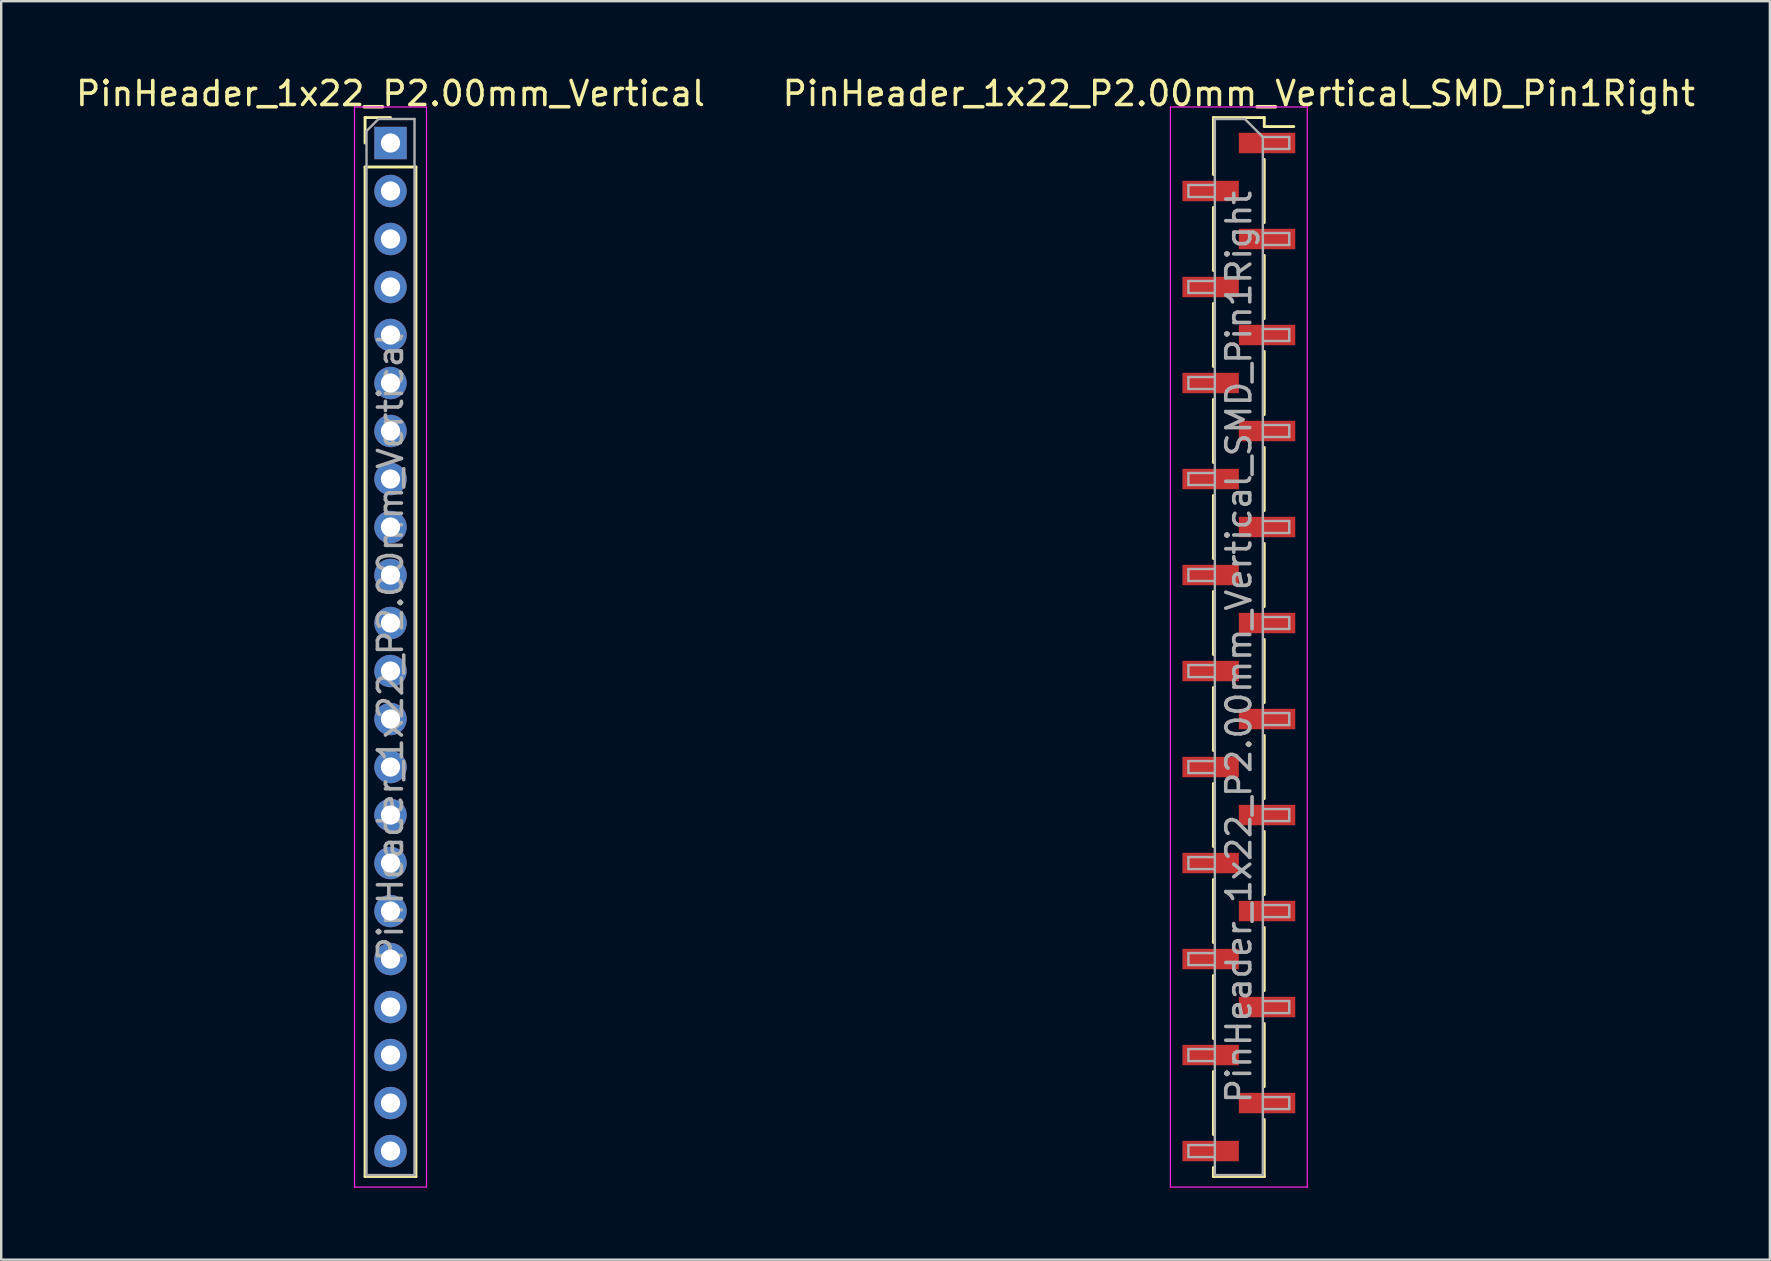
<source format=kicad_pcb>
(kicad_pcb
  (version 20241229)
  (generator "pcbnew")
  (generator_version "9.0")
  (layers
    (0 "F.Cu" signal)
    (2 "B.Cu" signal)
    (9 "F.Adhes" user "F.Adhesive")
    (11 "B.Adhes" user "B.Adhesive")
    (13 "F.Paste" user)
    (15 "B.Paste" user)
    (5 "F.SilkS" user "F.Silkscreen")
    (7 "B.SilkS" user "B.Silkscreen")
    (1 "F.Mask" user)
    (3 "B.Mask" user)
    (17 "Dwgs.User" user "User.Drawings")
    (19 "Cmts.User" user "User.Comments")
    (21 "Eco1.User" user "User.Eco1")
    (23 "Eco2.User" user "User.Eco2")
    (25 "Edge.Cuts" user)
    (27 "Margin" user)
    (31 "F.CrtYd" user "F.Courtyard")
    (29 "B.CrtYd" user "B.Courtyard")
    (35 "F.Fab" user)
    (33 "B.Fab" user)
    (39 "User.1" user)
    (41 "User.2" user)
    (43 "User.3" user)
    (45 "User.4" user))
  (footprint "PinHeader_1x22_P2.00mm_Vertical"
    (layer "F.Cu")
    (at 13.22 2.908)
    (property "Reference" "PinHeader_1x22_P2.00mm_Vertical" (at 0 -2.06 0) (layer "F.SilkS") (effects (font (size 1 1) (thickness 0.15))))
    (attr through_hole)
    (fp_line (start -1.06 -1.06) (end 0 -1.06) (stroke (width 0.12) (type solid)) (layer "F.SilkS"))
    (fp_line (start -1.06 0) (end -1.06 -1.06) (stroke (width 0.12) (type solid)) (layer "F.SilkS"))
    (fp_line (start -1.06 1) (end -1.06 43.06) (stroke (width 0.12) (type solid)) (layer "F.SilkS"))
    (fp_line (start -1.06 1) (end 1.06 1) (stroke (width 0.12) (type solid)) (layer "F.SilkS"))
    (fp_line (start -1.06 43.06) (end 1.06 43.06) (stroke (width 0.12) (type solid)) (layer "F.SilkS"))
    (fp_line (start 1.06 1) (end 1.06 43.06) (stroke (width 0.12) (type solid)) (layer "F.SilkS"))
    (fp_line (start -1.5 -1.5) (end -1.5 43.5) (stroke (width 0.05) (type solid)) (layer "F.CrtYd"))
    (fp_line (start -1.5 43.5) (end 1.5 43.5) (stroke (width 0.05) (type solid)) (layer "F.CrtYd"))
    (fp_line (start 1.5 -1.5) (end -1.5 -1.5) (stroke (width 0.05) (type solid)) (layer "F.CrtYd"))
    (fp_line (start 1.5 43.5) (end 1.5 -1.5) (stroke (width 0.05) (type solid)) (layer "F.CrtYd"))
    (fp_line (start -1 -0.5) (end -0.5 -1) (stroke (width 0.1) (type solid)) (layer "F.Fab"))
    (fp_line (start -1 43) (end -1 -0.5) (stroke (width 0.1) (type solid)) (layer "F.Fab"))
    (fp_line (start -0.5 -1) (end 1 -1) (stroke (width 0.1) (type solid)) (layer "F.Fab"))
    (fp_line (start 1 -1) (end 1 43) (stroke (width 0.1) (type solid)) (layer "F.Fab"))
    (fp_line (start 1 43) (end -1 43) (stroke (width 0.1) (type solid)) (layer "F.Fab"))
    (fp_text user "${REFERENCE}" (at 0 21 90) (layer "F.Fab") (effects (font (size 1 1) (thickness 0.15))))
    (pad "1" thru_hole rect (at 0 0) (size 1.35 1.35) (drill 0.8) (layers "*.Cu" "*.Mask"))
    (pad "2" thru_hole oval (at 0 2) (size 1.35 1.35) (drill 0.8) (layers "*.Cu" "*.Mask"))
    (pad "3" thru_hole oval (at 0 4) (size 1.35 1.35) (drill 0.8) (layers "*.Cu" "*.Mask"))
    (pad "4" thru_hole oval (at 0 6) (size 1.35 1.35) (drill 0.8) (layers "*.Cu" "*.Mask"))
    (pad "5" thru_hole oval (at 0 8) (size 1.35 1.35) (drill 0.8) (layers "*.Cu" "*.Mask"))
    (pad "6" thru_hole oval (at 0 10) (size 1.35 1.35) (drill 0.8) (layers "*.Cu" "*.Mask"))
    (pad "7" thru_hole oval (at 0 12) (size 1.35 1.35) (drill 0.8) (layers "*.Cu" "*.Mask"))
    (pad "8" thru_hole oval (at 0 14) (size 1.35 1.35) (drill 0.8) (layers "*.Cu" "*.Mask"))
    (pad "9" thru_hole oval (at 0 16) (size 1.35 1.35) (drill 0.8) (layers "*.Cu" "*.Mask"))
    (pad "10" thru_hole oval (at 0 18) (size 1.35 1.35) (drill 0.8) (layers "*.Cu" "*.Mask"))
    (pad "11" thru_hole oval (at 0 20) (size 1.35 1.35) (drill 0.8) (layers "*.Cu" "*.Mask"))
    (pad "12" thru_hole oval (at 0 22) (size 1.35 1.35) (drill 0.8) (layers "*.Cu" "*.Mask"))
    (pad "13" thru_hole oval (at 0 24) (size 1.35 1.35) (drill 0.8) (layers "*.Cu" "*.Mask"))
    (pad "14" thru_hole oval (at 0 26) (size 1.35 1.35) (drill 0.8) (layers "*.Cu" "*.Mask"))
    (pad "15" thru_hole oval (at 0 28) (size 1.35 1.35) (drill 0.8) (layers "*.Cu" "*.Mask"))
    (pad "16" thru_hole oval (at 0 30) (size 1.35 1.35) (drill 0.8) (layers "*.Cu" "*.Mask"))
    (pad "17" thru_hole oval (at 0 32) (size 1.35 1.35) (drill 0.8) (layers "*.Cu" "*.Mask"))
    (pad "18" thru_hole oval (at 0 34) (size 1.35 1.35) (drill 0.8) (layers "*.Cu" "*.Mask"))
    (pad "19" thru_hole oval (at 0 36) (size 1.35 1.35) (drill 0.8) (layers "*.Cu" "*.Mask"))
    (pad "20" thru_hole oval (at 0 38) (size 1.35 1.35) (drill 0.8) (layers "*.Cu" "*.Mask"))
    (pad "21" thru_hole oval (at 0 40) (size 1.35 1.35) (drill 0.8) (layers "*.Cu" "*.Mask"))
    (pad "22" thru_hole oval (at 0 42) (size 1.35 1.35) (drill 0.8) (layers "*.Cu" "*.Mask")))
  (footprint "PinHeader_1x22_P2.00mm_Vertical_SMD_Pin1Right"
    (layer "F.Cu")
    (at 48.565 23.908)
    (property "Reference" "PinHeader_1x22_P2.00mm_Vertical_SMD_Pin1Right" (at 0 -23.06 0) (layer "F.SilkS") (effects (font (size 1 1) (thickness 0.15))))
    (attr smd)
    (fp_line (start -1.06 -22.06) (end -1.06 -19.685) (stroke (width 0.12) (type solid)) (layer "F.SilkS"))
    (fp_line (start -1.06 -22.06) (end 1.06 -22.06) (stroke (width 0.12) (type solid)) (layer "F.SilkS"))
    (fp_line (start -1.06 -18.315) (end -1.06 -15.685) (stroke (width 0.12) (type solid)) (layer "F.SilkS"))
    (fp_line (start -1.06 -14.315) (end -1.06 -11.685) (stroke (width 0.12) (type solid)) (layer "F.SilkS"))
    (fp_line (start -1.06 -10.315) (end -1.06 -7.685) (stroke (width 0.12) (type solid)) (layer "F.SilkS"))
    (fp_line (start -1.06 -6.315) (end -1.06 -3.685) (stroke (width 0.12) (type solid)) (layer "F.SilkS"))
    (fp_line (start -1.06 -2.315) (end -1.06 0.315) (stroke (width 0.12) (type solid)) (layer "F.SilkS"))
    (fp_line (start -1.06 1.685) (end -1.06 4.315) (stroke (width 0.12) (type solid)) (layer "F.SilkS"))
    (fp_line (start -1.06 5.685) (end -1.06 8.315) (stroke (width 0.12) (type solid)) (layer "F.SilkS"))
    (fp_line (start -1.06 9.685) (end -1.06 12.315) (stroke (width 0.12) (type solid)) (layer "F.SilkS"))
    (fp_line (start -1.06 13.685) (end -1.06 16.315) (stroke (width 0.12) (type solid)) (layer "F.SilkS"))
    (fp_line (start -1.06 17.685) (end -1.06 20.315) (stroke (width 0.12) (type solid)) (layer "F.SilkS"))
    (fp_line (start -1.06 21.685) (end -1.06 22.06) (stroke (width 0.12) (type solid)) (layer "F.SilkS"))
    (fp_line (start -1.06 22.06) (end 1.06 22.06) (stroke (width 0.12) (type solid)) (layer "F.SilkS"))
    (fp_line (start 1.06 -22.06) (end 1.06 -21.685) (stroke (width 0.12) (type solid)) (layer "F.SilkS"))
    (fp_line (start 1.06 -21.685) (end 2.29 -21.685) (stroke (width 0.12) (type solid)) (layer "F.SilkS"))
    (fp_line (start 1.06 -20.315) (end 1.06 -17.685) (stroke (width 0.12) (type solid)) (layer "F.SilkS"))
    (fp_line (start 1.06 -16.315) (end 1.06 -13.685) (stroke (width 0.12) (type solid)) (layer "F.SilkS"))
    (fp_line (start 1.06 -12.315) (end 1.06 -9.685) (stroke (width 0.12) (type solid)) (layer "F.SilkS"))
    (fp_line (start 1.06 -8.315) (end 1.06 -5.685) (stroke (width 0.12) (type solid)) (layer "F.SilkS"))
    (fp_line (start 1.06 -4.315) (end 1.06 -1.685) (stroke (width 0.12) (type solid)) (layer "F.SilkS"))
    (fp_line (start 1.06 -0.315) (end 1.06 2.315) (stroke (width 0.12) (type solid)) (layer "F.SilkS"))
    (fp_line (start 1.06 3.685) (end 1.06 6.315) (stroke (width 0.12) (type solid)) (layer "F.SilkS"))
    (fp_line (start 1.06 7.685) (end 1.06 10.315) (stroke (width 0.12) (type solid)) (layer "F.SilkS"))
    (fp_line (start 1.06 11.685) (end 1.06 14.315) (stroke (width 0.12) (type solid)) (layer "F.SilkS"))
    (fp_line (start 1.06 15.685) (end 1.06 18.315) (stroke (width 0.12) (type solid)) (layer "F.SilkS"))
    (fp_line (start 1.06 19.685) (end 1.06 22.06) (stroke (width 0.12) (type solid)) (layer "F.SilkS"))
    (fp_line (start -2.85 -22.5) (end -2.85 22.5) (stroke (width 0.05) (type solid)) (layer "F.CrtYd"))
    (fp_line (start -2.85 22.5) (end 2.85 22.5) (stroke (width 0.05) (type solid)) (layer "F.CrtYd"))
    (fp_line (start 2.85 -22.5) (end -2.85 -22.5) (stroke (width 0.05) (type solid)) (layer "F.CrtYd"))
    (fp_line (start 2.85 22.5) (end 2.85 -22.5) (stroke (width 0.05) (type solid)) (layer "F.CrtYd"))
    (fp_line (start -2.1 -19.25) (end -2.1 -18.75) (stroke (width 0.1) (type solid)) (layer "F.Fab"))
    (fp_line (start -2.1 -18.75) (end -1 -18.75) (stroke (width 0.1) (type solid)) (layer "F.Fab"))
    (fp_line (start -2.1 -15.25) (end -2.1 -14.75) (stroke (width 0.1) (type solid)) (layer "F.Fab"))
    (fp_line (start -2.1 -14.75) (end -1 -14.75) (stroke (width 0.1) (type solid)) (layer "F.Fab"))
    (fp_line (start -2.1 -11.25) (end -2.1 -10.75) (stroke (width 0.1) (type solid)) (layer "F.Fab"))
    (fp_line (start -2.1 -10.75) (end -1 -10.75) (stroke (width 0.1) (type solid)) (layer "F.Fab"))
    (fp_line (start -2.1 -7.25) (end -2.1 -6.75) (stroke (width 0.1) (type solid)) (layer "F.Fab"))
    (fp_line (start -2.1 -6.75) (end -1 -6.75) (stroke (width 0.1) (type solid)) (layer "F.Fab"))
    (fp_line (start -2.1 -3.25) (end -2.1 -2.75) (stroke (width 0.1) (type solid)) (layer "F.Fab"))
    (fp_line (start -2.1 -2.75) (end -1 -2.75) (stroke (width 0.1) (type solid)) (layer "F.Fab"))
    (fp_line (start -2.1 0.75) (end -2.1 1.25) (stroke (width 0.1) (type solid)) (layer "F.Fab"))
    (fp_line (start -2.1 1.25) (end -1 1.25) (stroke (width 0.1) (type solid)) (layer "F.Fab"))
    (fp_line (start -2.1 4.75) (end -2.1 5.25) (stroke (width 0.1) (type solid)) (layer "F.Fab"))
    (fp_line (start -2.1 5.25) (end -1 5.25) (stroke (width 0.1) (type solid)) (layer "F.Fab"))
    (fp_line (start -2.1 8.75) (end -2.1 9.25) (stroke (width 0.1) (type solid)) (layer "F.Fab"))
    (fp_line (start -2.1 9.25) (end -1 9.25) (stroke (width 0.1) (type solid)) (layer "F.Fab"))
    (fp_line (start -2.1 12.75) (end -2.1 13.25) (stroke (width 0.1) (type solid)) (layer "F.Fab"))
    (fp_line (start -2.1 13.25) (end -1 13.25) (stroke (width 0.1) (type solid)) (layer "F.Fab"))
    (fp_line (start -2.1 16.75) (end -2.1 17.25) (stroke (width 0.1) (type solid)) (layer "F.Fab"))
    (fp_line (start -2.1 17.25) (end -1 17.25) (stroke (width 0.1) (type solid)) (layer "F.Fab"))
    (fp_line (start -2.1 20.75) (end -2.1 21.25) (stroke (width 0.1) (type solid)) (layer "F.Fab"))
    (fp_line (start -2.1 21.25) (end -1 21.25) (stroke (width 0.1) (type solid)) (layer "F.Fab"))
    (fp_line (start -1 -22) (end -1 22) (stroke (width 0.1) (type solid)) (layer "F.Fab"))
    (fp_line (start -1 -22) (end 0.25 -22) (stroke (width 0.1) (type solid)) (layer "F.Fab"))
    (fp_line (start -1 -19.25) (end -2.1 -19.25) (stroke (width 0.1) (type solid)) (layer "F.Fab"))
    (fp_line (start -1 -15.25) (end -2.1 -15.25) (stroke (width 0.1) (type solid)) (layer "F.Fab"))
    (fp_line (start -1 -11.25) (end -2.1 -11.25) (stroke (width 0.1) (type solid)) (layer "F.Fab"))
    (fp_line (start -1 -7.25) (end -2.1 -7.25) (stroke (width 0.1) (type solid)) (layer "F.Fab"))
    (fp_line (start -1 -3.25) (end -2.1 -3.25) (stroke (width 0.1) (type solid)) (layer "F.Fab"))
    (fp_line (start -1 0.75) (end -2.1 0.75) (stroke (width 0.1) (type solid)) (layer "F.Fab"))
    (fp_line (start -1 4.75) (end -2.1 4.75) (stroke (width 0.1) (type solid)) (layer "F.Fab"))
    (fp_line (start -1 8.75) (end -2.1 8.75) (stroke (width 0.1) (type solid)) (layer "F.Fab"))
    (fp_line (start -1 12.75) (end -2.1 12.75) (stroke (width 0.1) (type solid)) (layer "F.Fab"))
    (fp_line (start -1 16.75) (end -2.1 16.75) (stroke (width 0.1) (type solid)) (layer "F.Fab"))
    (fp_line (start -1 20.75) (end -2.1 20.75) (stroke (width 0.1) (type solid)) (layer "F.Fab"))
    (fp_line (start 1 -21.25) (end 0.25 -22) (stroke (width 0.1) (type solid)) (layer "F.Fab"))
    (fp_line (start 1 -21.25) (end 2.1 -21.25) (stroke (width 0.1) (type solid)) (layer "F.Fab"))
    (fp_line (start 1 -17.25) (end 2.1 -17.25) (stroke (width 0.1) (type solid)) (layer "F.Fab"))
    (fp_line (start 1 -13.25) (end 2.1 -13.25) (stroke (width 0.1) (type solid)) (layer "F.Fab"))
    (fp_line (start 1 -9.25) (end 2.1 -9.25) (stroke (width 0.1) (type solid)) (layer "F.Fab"))
    (fp_line (start 1 -5.25) (end 2.1 -5.25) (stroke (width 0.1) (type solid)) (layer "F.Fab"))
    (fp_line (start 1 -1.25) (end 2.1 -1.25) (stroke (width 0.1) (type solid)) (layer "F.Fab"))
    (fp_line (start 1 2.75) (end 2.1 2.75) (stroke (width 0.1) (type solid)) (layer "F.Fab"))
    (fp_line (start 1 6.75) (end 2.1 6.75) (stroke (width 0.1) (type solid)) (layer "F.Fab"))
    (fp_line (start 1 10.75) (end 2.1 10.75) (stroke (width 0.1) (type solid)) (layer "F.Fab"))
    (fp_line (start 1 14.75) (end 2.1 14.75) (stroke (width 0.1) (type solid)) (layer "F.Fab"))
    (fp_line (start 1 18.75) (end 2.1 18.75) (stroke (width 0.1) (type solid)) (layer "F.Fab"))
    (fp_line (start 1 22) (end -1 22) (stroke (width 0.1) (type solid)) (layer "F.Fab"))
    (fp_line (start 1 22) (end 1 -21.25) (stroke (width 0.1) (type solid)) (layer "F.Fab"))
    (fp_line (start 2.1 -21.25) (end 2.1 -20.75) (stroke (width 0.1) (type solid)) (layer "F.Fab"))
    (fp_line (start 2.1 -20.75) (end 1 -20.75) (stroke (width 0.1) (type solid)) (layer "F.Fab"))
    (fp_line (start 2.1 -17.25) (end 2.1 -16.75) (stroke (width 0.1) (type solid)) (layer "F.Fab"))
    (fp_line (start 2.1 -16.75) (end 1 -16.75) (stroke (width 0.1) (type solid)) (layer "F.Fab"))
    (fp_line (start 2.1 -13.25) (end 2.1 -12.75) (stroke (width 0.1) (type solid)) (layer "F.Fab"))
    (fp_line (start 2.1 -12.75) (end 1 -12.75) (stroke (width 0.1) (type solid)) (layer "F.Fab"))
    (fp_line (start 2.1 -9.25) (end 2.1 -8.75) (stroke (width 0.1) (type solid)) (layer "F.Fab"))
    (fp_line (start 2.1 -8.75) (end 1 -8.75) (stroke (width 0.1) (type solid)) (layer "F.Fab"))
    (fp_line (start 2.1 -5.25) (end 2.1 -4.75) (stroke (width 0.1) (type solid)) (layer "F.Fab"))
    (fp_line (start 2.1 -4.75) (end 1 -4.75) (stroke (width 0.1) (type solid)) (layer "F.Fab"))
    (fp_line (start 2.1 -1.25) (end 2.1 -0.75) (stroke (width 0.1) (type solid)) (layer "F.Fab"))
    (fp_line (start 2.1 -0.75) (end 1 -0.75) (stroke (width 0.1) (type solid)) (layer "F.Fab"))
    (fp_line (start 2.1 2.75) (end 2.1 3.25) (stroke (width 0.1) (type solid)) (layer "F.Fab"))
    (fp_line (start 2.1 3.25) (end 1 3.25) (stroke (width 0.1) (type solid)) (layer "F.Fab"))
    (fp_line (start 2.1 6.75) (end 2.1 7.25) (stroke (width 0.1) (type solid)) (layer "F.Fab"))
    (fp_line (start 2.1 7.25) (end 1 7.25) (stroke (width 0.1) (type solid)) (layer "F.Fab"))
    (fp_line (start 2.1 10.75) (end 2.1 11.25) (stroke (width 0.1) (type solid)) (layer "F.Fab"))
    (fp_line (start 2.1 11.25) (end 1 11.25) (stroke (width 0.1) (type solid)) (layer "F.Fab"))
    (fp_line (start 2.1 14.75) (end 2.1 15.25) (stroke (width 0.1) (type solid)) (layer "F.Fab"))
    (fp_line (start 2.1 15.25) (end 1 15.25) (stroke (width 0.1) (type solid)) (layer "F.Fab"))
    (fp_line (start 2.1 18.75) (end 2.1 19.25) (stroke (width 0.1) (type solid)) (layer "F.Fab"))
    (fp_line (start 2.1 19.25) (end 1 19.25) (stroke (width 0.1) (type solid)) (layer "F.Fab"))
    (fp_text user "${REFERENCE}" (at 0 0 90) (layer "F.Fab") (effects (font (size 1 1) (thickness 0.15))))
    (pad "1" smd rect (at 1.175 -21) (size 2.35 0.85) (layers "F.Cu" "F.Mask" "F.Paste"))
    (pad "2" smd rect (at -1.175 -19) (size 2.35 0.85) (layers "F.Cu" "F.Mask" "F.Paste"))
    (pad "3" smd rect (at 1.175 -17) (size 2.35 0.85) (layers "F.Cu" "F.Mask" "F.Paste"))
    (pad "4" smd rect (at -1.175 -15) (size 2.35 0.85) (layers "F.Cu" "F.Mask" "F.Paste"))
    (pad "5" smd rect (at 1.175 -13) (size 2.35 0.85) (layers "F.Cu" "F.Mask" "F.Paste"))
    (pad "6" smd rect (at -1.175 -11) (size 2.35 0.85) (layers "F.Cu" "F.Mask" "F.Paste"))
    (pad "7" smd rect (at 1.175 -9) (size 2.35 0.85) (layers "F.Cu" "F.Mask" "F.Paste"))
    (pad "8" smd rect (at -1.175 -7) (size 2.35 0.85) (layers "F.Cu" "F.Mask" "F.Paste"))
    (pad "9" smd rect (at 1.175 -5) (size 2.35 0.85) (layers "F.Cu" "F.Mask" "F.Paste"))
    (pad "10" smd rect (at -1.175 -3) (size 2.35 0.85) (layers "F.Cu" "F.Mask" "F.Paste"))
    (pad "11" smd rect (at 1.175 -1) (size 2.35 0.85) (layers "F.Cu" "F.Mask" "F.Paste"))
    (pad "12" smd rect (at -1.175 1) (size 2.35 0.85) (layers "F.Cu" "F.Mask" "F.Paste"))
    (pad "13" smd rect (at 1.175 3) (size 2.35 0.85) (layers "F.Cu" "F.Mask" "F.Paste"))
    (pad "14" smd rect (at -1.175 5) (size 2.35 0.85) (layers "F.Cu" "F.Mask" "F.Paste"))
    (pad "15" smd rect (at 1.175 7) (size 2.35 0.85) (layers "F.Cu" "F.Mask" "F.Paste"))
    (pad "16" smd rect (at -1.175 9) (size 2.35 0.85) (layers "F.Cu" "F.Mask" "F.Paste"))
    (pad "17" smd rect (at 1.175 11) (size 2.35 0.85) (layers "F.Cu" "F.Mask" "F.Paste"))
    (pad "18" smd rect (at -1.175 13) (size 2.35 0.85) (layers "F.Cu" "F.Mask" "F.Paste"))
    (pad "19" smd rect (at 1.175 15) (size 2.35 0.85) (layers "F.Cu" "F.Mask" "F.Paste"))
    (pad "20" smd rect (at -1.175 17) (size 2.35 0.85) (layers "F.Cu" "F.Mask" "F.Paste"))
    (pad "21" smd rect (at 1.175 19) (size 2.35 0.85) (layers "F.Cu" "F.Mask" "F.Paste"))
    (pad "22" smd rect (at -1.175 21) (size 2.35 0.85) (layers "F.Cu" "F.Mask" "F.Paste")))
  (gr_rect
    (start -3 -3)
    (end 70.69 49.433)
    (stroke (width 0.1) (type default))
    (fill no)
    (layer "Edge.Cuts")))
</source>
